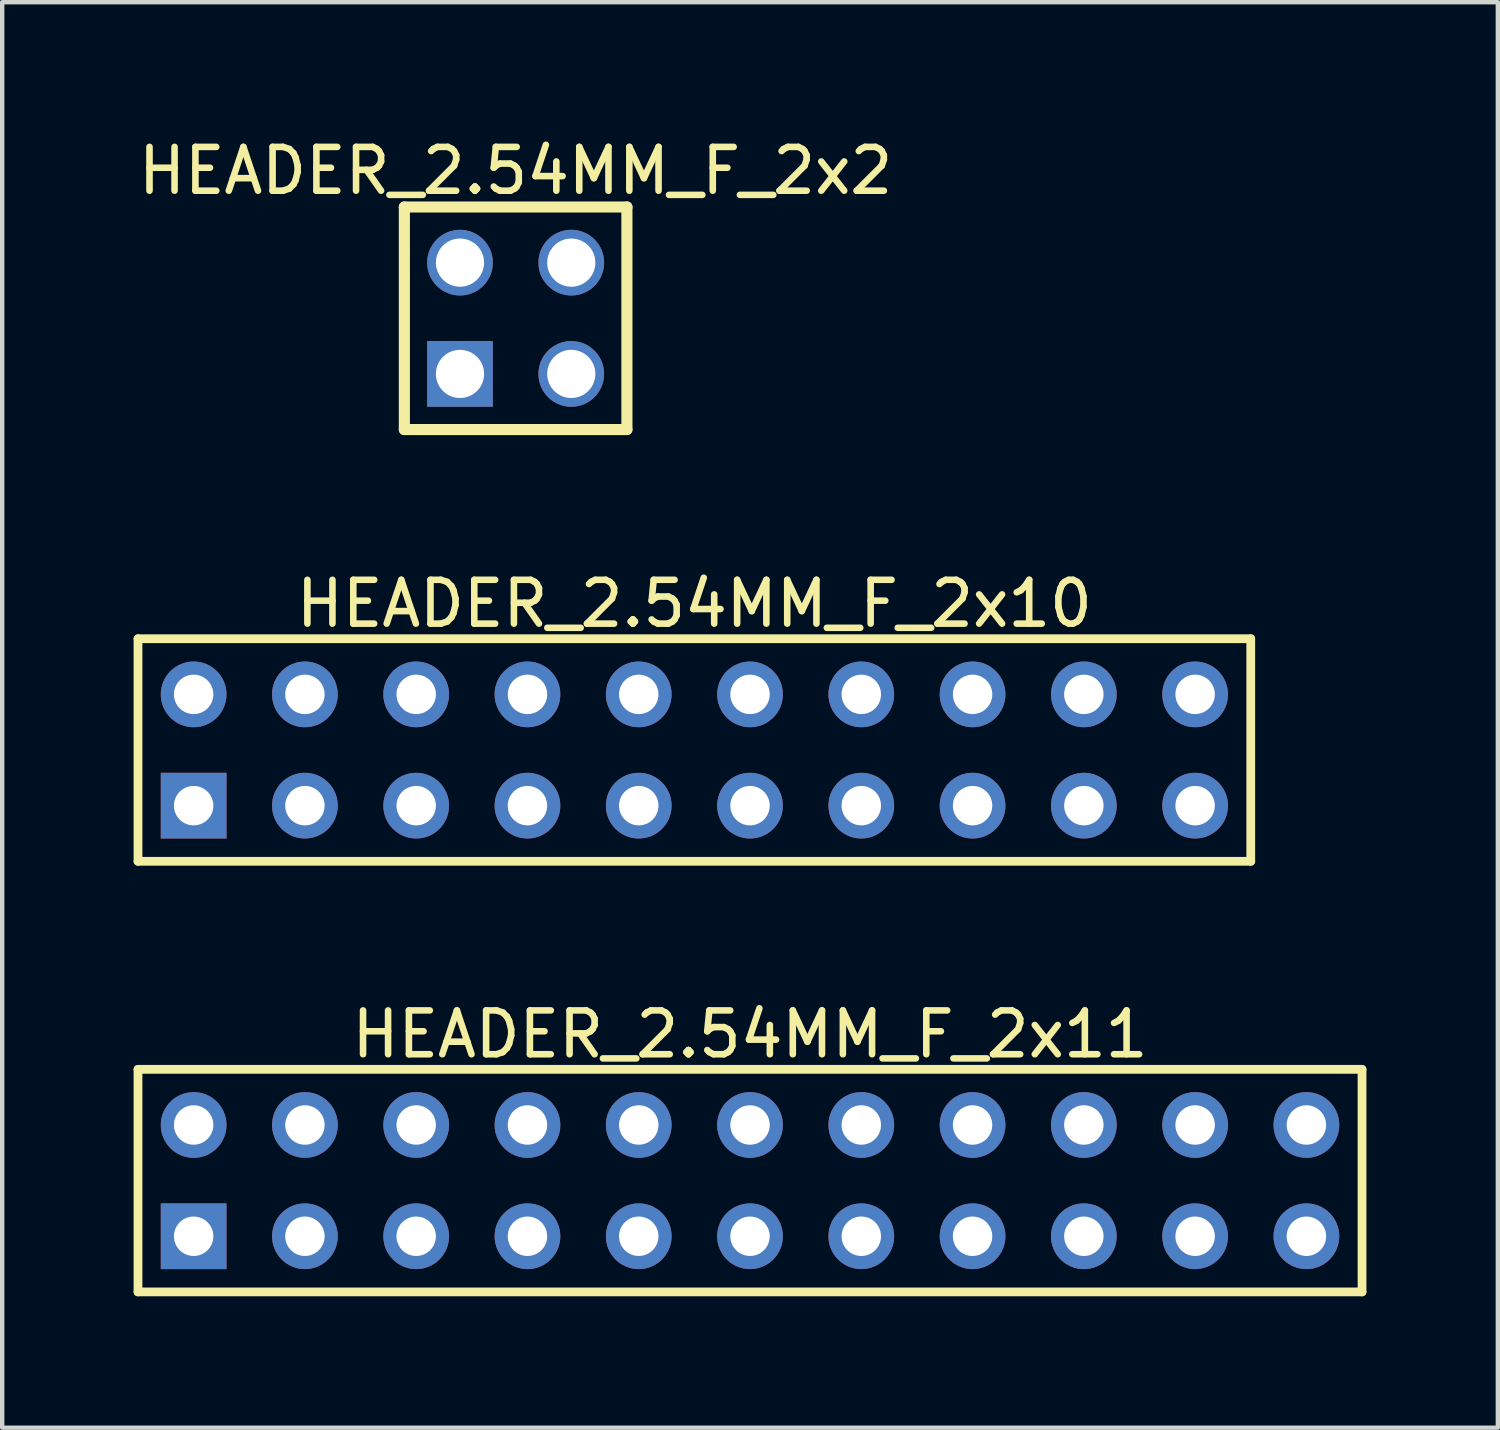
<source format=kicad_pcb>
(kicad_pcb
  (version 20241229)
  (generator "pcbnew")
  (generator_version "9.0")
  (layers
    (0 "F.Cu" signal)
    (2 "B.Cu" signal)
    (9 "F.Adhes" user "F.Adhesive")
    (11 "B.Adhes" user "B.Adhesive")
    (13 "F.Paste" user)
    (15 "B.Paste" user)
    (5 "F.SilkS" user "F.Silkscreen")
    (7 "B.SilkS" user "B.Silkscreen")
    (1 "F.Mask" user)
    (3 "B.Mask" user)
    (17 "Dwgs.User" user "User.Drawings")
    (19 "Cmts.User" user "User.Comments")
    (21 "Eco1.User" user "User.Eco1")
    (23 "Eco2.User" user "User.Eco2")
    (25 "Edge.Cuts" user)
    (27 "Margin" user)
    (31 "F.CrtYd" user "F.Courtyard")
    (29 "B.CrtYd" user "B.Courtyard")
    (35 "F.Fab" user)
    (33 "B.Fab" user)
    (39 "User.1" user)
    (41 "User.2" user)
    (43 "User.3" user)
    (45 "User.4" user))
  (footprint "HEADER_2.54MM_F_2x10"
    (layer "F.Cu")
    (at 12.8 14.07)
    (property "Reference" "HEADER_2.54MM_F_2x10" (at 0.00008 -3.34 0) (layer "F.SilkS") (effects (font (size 1 1) (thickness 0.15))))
    (fp_line (start -12.7 -2.54) (end 12.7 -2.54) (stroke (width 0.2) (type solid)) (layer "F.SilkS"))
    (fp_line (start -12.7 2.54) (end -12.7 -2.54) (stroke (width 0.2) (type solid)) (layer "F.SilkS"))
    (fp_line (start -12.7 2.54) (end 12.7 2.54) (stroke (width 0.2) (type solid)) (layer "F.SilkS"))
    (fp_line (start 12.7 2.54) (end 12.7 -2.54) (stroke (width 0.2) (type solid)) (layer "F.SilkS"))
    (pad "1" thru_hole rect (at -11.43 1.27) (size 1.5 1.5) (drill 0.9) (layers "*.Cu" "*.Mask"))
    (pad "2" thru_hole circle (at -11.43 -1.27) (size 1.5 1.5) (drill 0.9) (layers "*.Cu" "*.Mask"))
    (pad "3" thru_hole circle (at -8.89 1.27) (size 1.5 1.5) (drill 0.9) (layers "*.Cu" "*.Mask"))
    (pad "4" thru_hole circle (at -8.89 -1.27) (size 1.5 1.5) (drill 0.9) (layers "*.Cu" "*.Mask"))
    (pad "5" thru_hole circle (at -6.35 1.27) (size 1.5 1.5) (drill 0.9) (layers "*.Cu" "*.Mask"))
    (pad "6" thru_hole circle (at -6.35 -1.27) (size 1.5 1.5) (drill 0.9) (layers "*.Cu" "*.Mask"))
    (pad "7" thru_hole circle (at -3.81 1.27) (size 1.5 1.5) (drill 0.9) (layers "*.Cu" "*.Mask"))
    (pad "8" thru_hole circle (at -3.81 -1.27) (size 1.5 1.5) (drill 0.9) (layers "*.Cu" "*.Mask"))
    (pad "9" thru_hole circle (at -1.27 1.27) (size 1.5 1.5) (drill 0.9) (layers "*.Cu" "*.Mask"))
    (pad "10" thru_hole circle (at -1.27 -1.27) (size 1.5 1.5) (drill 0.9) (layers "*.Cu" "*.Mask"))
    (pad "11" thru_hole circle (at 1.27 1.27) (size 1.5 1.5) (drill 0.9) (layers "*.Cu" "*.Mask"))
    (pad "12" thru_hole circle (at 1.27 -1.27) (size 1.5 1.5) (drill 0.9) (layers "*.Cu" "*.Mask"))
    (pad "13" thru_hole circle (at 3.81 1.27) (size 1.5 1.5) (drill 0.9) (layers "*.Cu" "*.Mask"))
    (pad "14" thru_hole circle (at 3.81 -1.27) (size 1.5 1.5) (drill 0.9) (layers "*.Cu" "*.Mask"))
    (pad "15" thru_hole circle (at 6.35 1.27) (size 1.5 1.5) (drill 0.9) (layers "*.Cu" "*.Mask"))
    (pad "16" thru_hole circle (at 6.35 -1.27) (size 1.5 1.5) (drill 0.9) (layers "*.Cu" "*.Mask"))
    (pad "17" thru_hole circle (at 8.89 1.27) (size 1.5 1.5) (drill 0.9) (layers "*.Cu" "*.Mask"))
    (pad "18" thru_hole circle (at 8.89 -1.27) (size 1.5 1.5) (drill 0.9) (layers "*.Cu" "*.Mask"))
    (pad "19" thru_hole circle (at 11.43 1.27) (size 1.5 1.5) (drill 0.9) (layers "*.Cu" "*.Mask"))
    (pad "20" thru_hole circle (at 11.43 -1.27) (size 1.5 1.5) (drill 0.9) (layers "*.Cu" "*.Mask")))
  (footprint "HEADER_2.54MM_F_2x11"
    (layer "F.Cu")
    (at 14.07 23.899)
    (property "Reference" "HEADER_2.54MM_F_2x11" (at 0.00008 -3.34 0) (layer "F.SilkS") (effects (font (size 1 1) (thickness 0.15))))
    (fp_line (start -13.97 -2.54) (end 13.97 -2.54) (stroke (width 0.2) (type solid)) (layer "F.SilkS"))
    (fp_line (start -13.97 2.54) (end -13.97 -2.54) (stroke (width 0.2) (type solid)) (layer "F.SilkS"))
    (fp_line (start -13.97 2.54) (end 13.97 2.54) (stroke (width 0.2) (type solid)) (layer "F.SilkS"))
    (fp_line (start 13.97 2.54) (end 13.97 -2.54) (stroke (width 0.2) (type solid)) (layer "F.SilkS"))
    (pad "1" thru_hole rect (at -12.7 1.27) (size 1.5 1.5) (drill 0.9) (layers "*.Cu" "*.Mask"))
    (pad "2" thru_hole circle (at -12.7 -1.27) (size 1.5 1.5) (drill 0.9) (layers "*.Cu" "*.Mask"))
    (pad "3" thru_hole circle (at -10.16 1.27) (size 1.5 1.5) (drill 0.9) (layers "*.Cu" "*.Mask"))
    (pad "4" thru_hole circle (at -10.16 -1.27) (size 1.5 1.5) (drill 0.9) (layers "*.Cu" "*.Mask"))
    (pad "5" thru_hole circle (at -7.62 1.27) (size 1.5 1.5) (drill 0.9) (layers "*.Cu" "*.Mask"))
    (pad "6" thru_hole circle (at -7.62 -1.27) (size 1.5 1.5) (drill 0.9) (layers "*.Cu" "*.Mask"))
    (pad "7" thru_hole circle (at -5.08 1.27) (size 1.5 1.5) (drill 0.9) (layers "*.Cu" "*.Mask"))
    (pad "8" thru_hole circle (at -5.08 -1.27) (size 1.5 1.5) (drill 0.9) (layers "*.Cu" "*.Mask"))
    (pad "9" thru_hole circle (at -2.54 1.27) (size 1.5 1.5) (drill 0.9) (layers "*.Cu" "*.Mask"))
    (pad "10" thru_hole circle (at -2.54 -1.27) (size 1.5 1.5) (drill 0.9) (layers "*.Cu" "*.Mask"))
    (pad "11" thru_hole circle (at 0 1.27) (size 1.5 1.5) (drill 0.9) (layers "*.Cu" "*.Mask"))
    (pad "12" thru_hole circle (at 0 -1.27) (size 1.5 1.5) (drill 0.9) (layers "*.Cu" "*.Mask"))
    (pad "13" thru_hole circle (at 2.54 1.27) (size 1.5 1.5) (drill 0.9) (layers "*.Cu" "*.Mask"))
    (pad "14" thru_hole circle (at 2.54 -1.27) (size 1.5 1.5) (drill 0.9) (layers "*.Cu" "*.Mask"))
    (pad "15" thru_hole circle (at 5.08 1.27) (size 1.5 1.5) (drill 0.9) (layers "*.Cu" "*.Mask"))
    (pad "16" thru_hole circle (at 5.08 -1.27) (size 1.5 1.5) (drill 0.9) (layers "*.Cu" "*.Mask"))
    (pad "17" thru_hole circle (at 7.62 1.27) (size 1.5 1.5) (drill 0.9) (layers "*.Cu" "*.Mask"))
    (pad "18" thru_hole circle (at 7.62 -1.27) (size 1.5 1.5) (drill 0.9) (layers "*.Cu" "*.Mask"))
    (pad "19" thru_hole circle (at 10.16 1.27) (size 1.5 1.5) (drill 0.9) (layers "*.Cu" "*.Mask"))
    (pad "20" thru_hole circle (at 10.16 -1.27) (size 1.5 1.5) (drill 0.9) (layers "*.Cu" "*.Mask"))
    (pad "21" thru_hole circle (at 12.7 1.27) (size 1.5 1.5) (drill 0.9) (layers "*.Cu" "*.Mask"))
    (pad "22" thru_hole circle (at 12.7 -1.27) (size 1.5 1.5) (drill 0.9) (layers "*.Cu" "*.Mask")))
  (footprint "HEADER_2.54MM_F_2x2"
    (layer "F.Cu")
    (at 8.72 4.215)
    (property "Reference" "HEADER_2.54MM_F_2x2" (at 0 -3.367 0) (layer "F.SilkS") (effects (font (size 1 1) (thickness 0.15))))
    (fp_line (start -2.54 -2.54) (end 2.54 -2.54) (stroke (width 0.254) (type solid)) (layer "F.SilkS"))
    (fp_line (start -2.54 2.54) (end -2.54 -2.54) (stroke (width 0.254) (type solid)) (layer "F.SilkS"))
    (fp_line (start -2.54 2.54) (end 2.54 2.54) (stroke (width 0.254) (type solid)) (layer "F.SilkS"))
    (fp_line (start 2.54 2.54) (end 2.54 -2.54) (stroke (width 0.254) (type solid)) (layer "F.SilkS"))
    (pad "1" thru_hole rect (at -1.27 1.27) (size 1.5 1.5) (drill 1.1) (layers "*.Cu" "*.Mask"))
    (pad "2" thru_hole circle (at -1.27 -1.27) (size 1.5 1.5) (drill 1.1) (layers "*.Cu" "*.Mask"))
    (pad "3" thru_hole circle (at 1.27 1.27) (size 1.5 1.5) (drill 1.1) (layers "*.Cu" "*.Mask"))
    (pad "4" thru_hole circle (at 1.27 -1.27) (size 1.5 1.5) (drill 1.1) (layers "*.Cu" "*.Mask")))
  (gr_rect
    (start -3 -3)
    (end 31.14 29.539)
    (stroke (width 0.1) (type default))
    (fill no)
    (layer "Edge.Cuts")))
</source>
